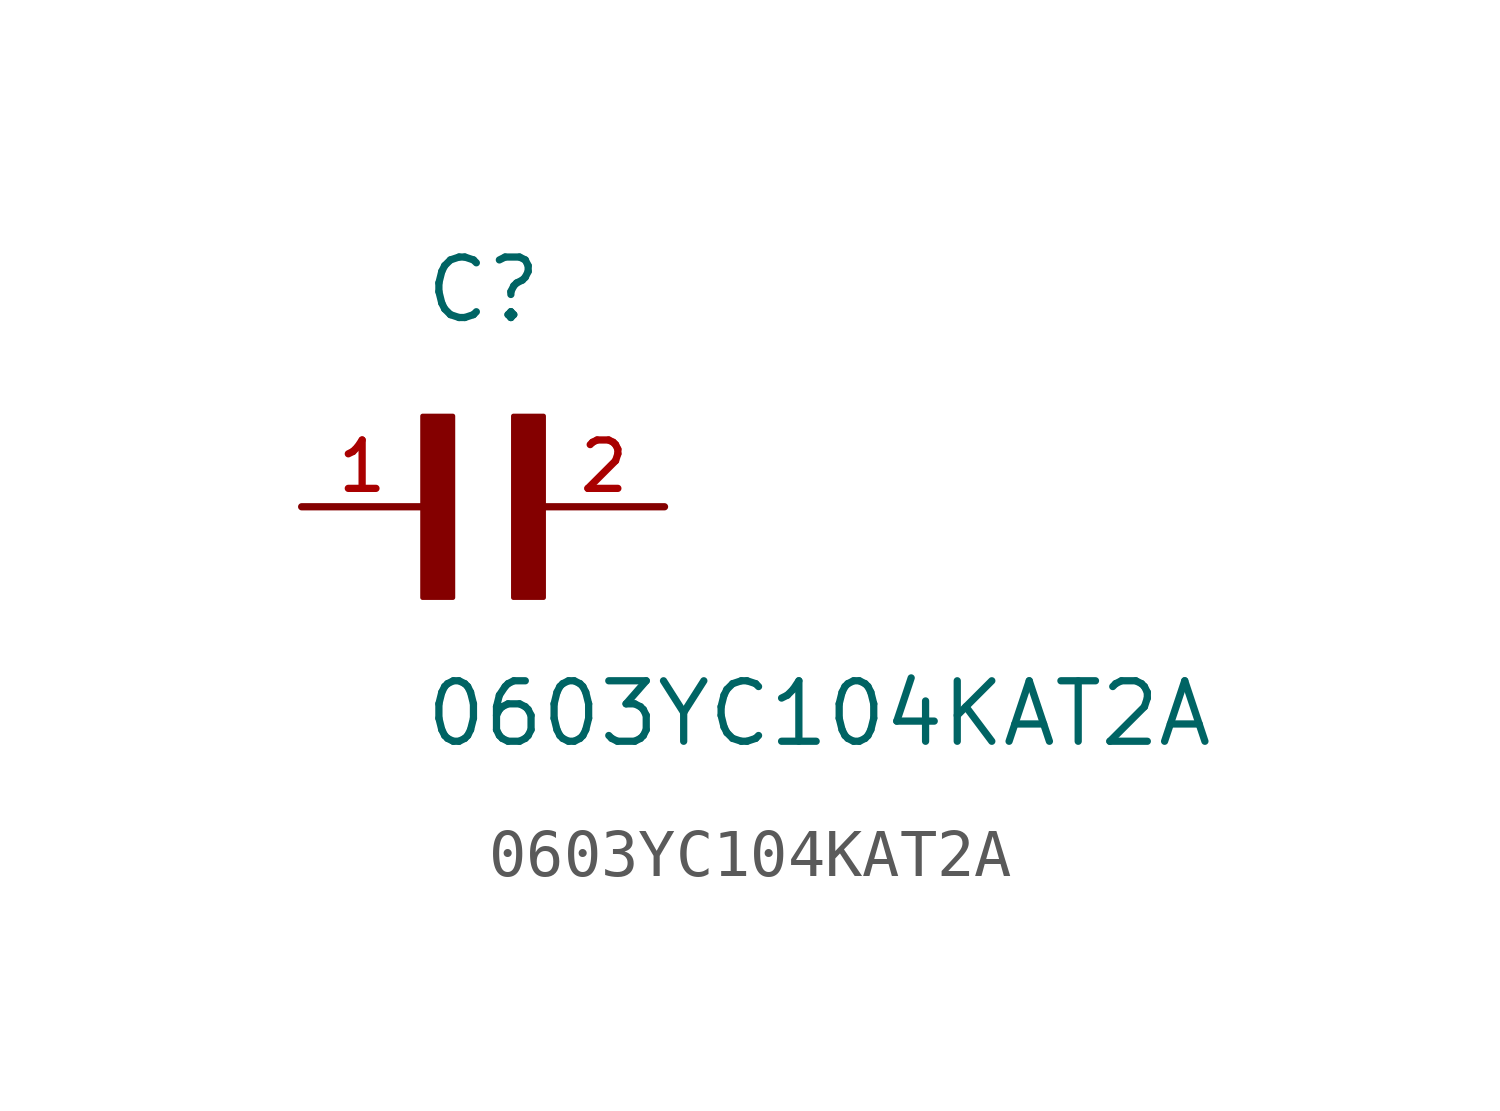
<source format=kicad_sym>
(kicad_symbol_lib
  (version 20211014)
  (generator kicad_symbol_editor)
  (symbol "0603YC104KAT2A"
    (pin_names
      (offset 1.016))
    (property "Reference" "C"
      (at 0.0 3.811 0)
      (effects (font (size 1.27 1.27)) (justify bottom left)))
    (property "Value" "0603YC104KAT2A"
      (at 0.0 -5.088 0)
      (effects (font (size 1.27 1.27)) (justify bottom left)))
    (symbol "0603YC104KAT2A_0_0"
      (rectangle (start 0.0 -1.907) (end 0.635 1.905) (stroke (width 0.1)) (fill (type outline)))
      (rectangle (start 1.907 -1.907) (end 2.54 1.905) (stroke (width 0.1)) (fill (type outline)))
      (pin passive line (at 5.08 0.0 180.0) (length 2.54) (name "~" (effects (font (size 1.016 1.016)))) (number "2" (effects (font (size 1.016 1.016)))))
      (pin passive line (at -2.54 0.0 0) (length 2.54) (name "~" (effects (font (size 1.016 1.016)))) (number "1" (effects (font (size 1.016 1.016))))))))
</source>
